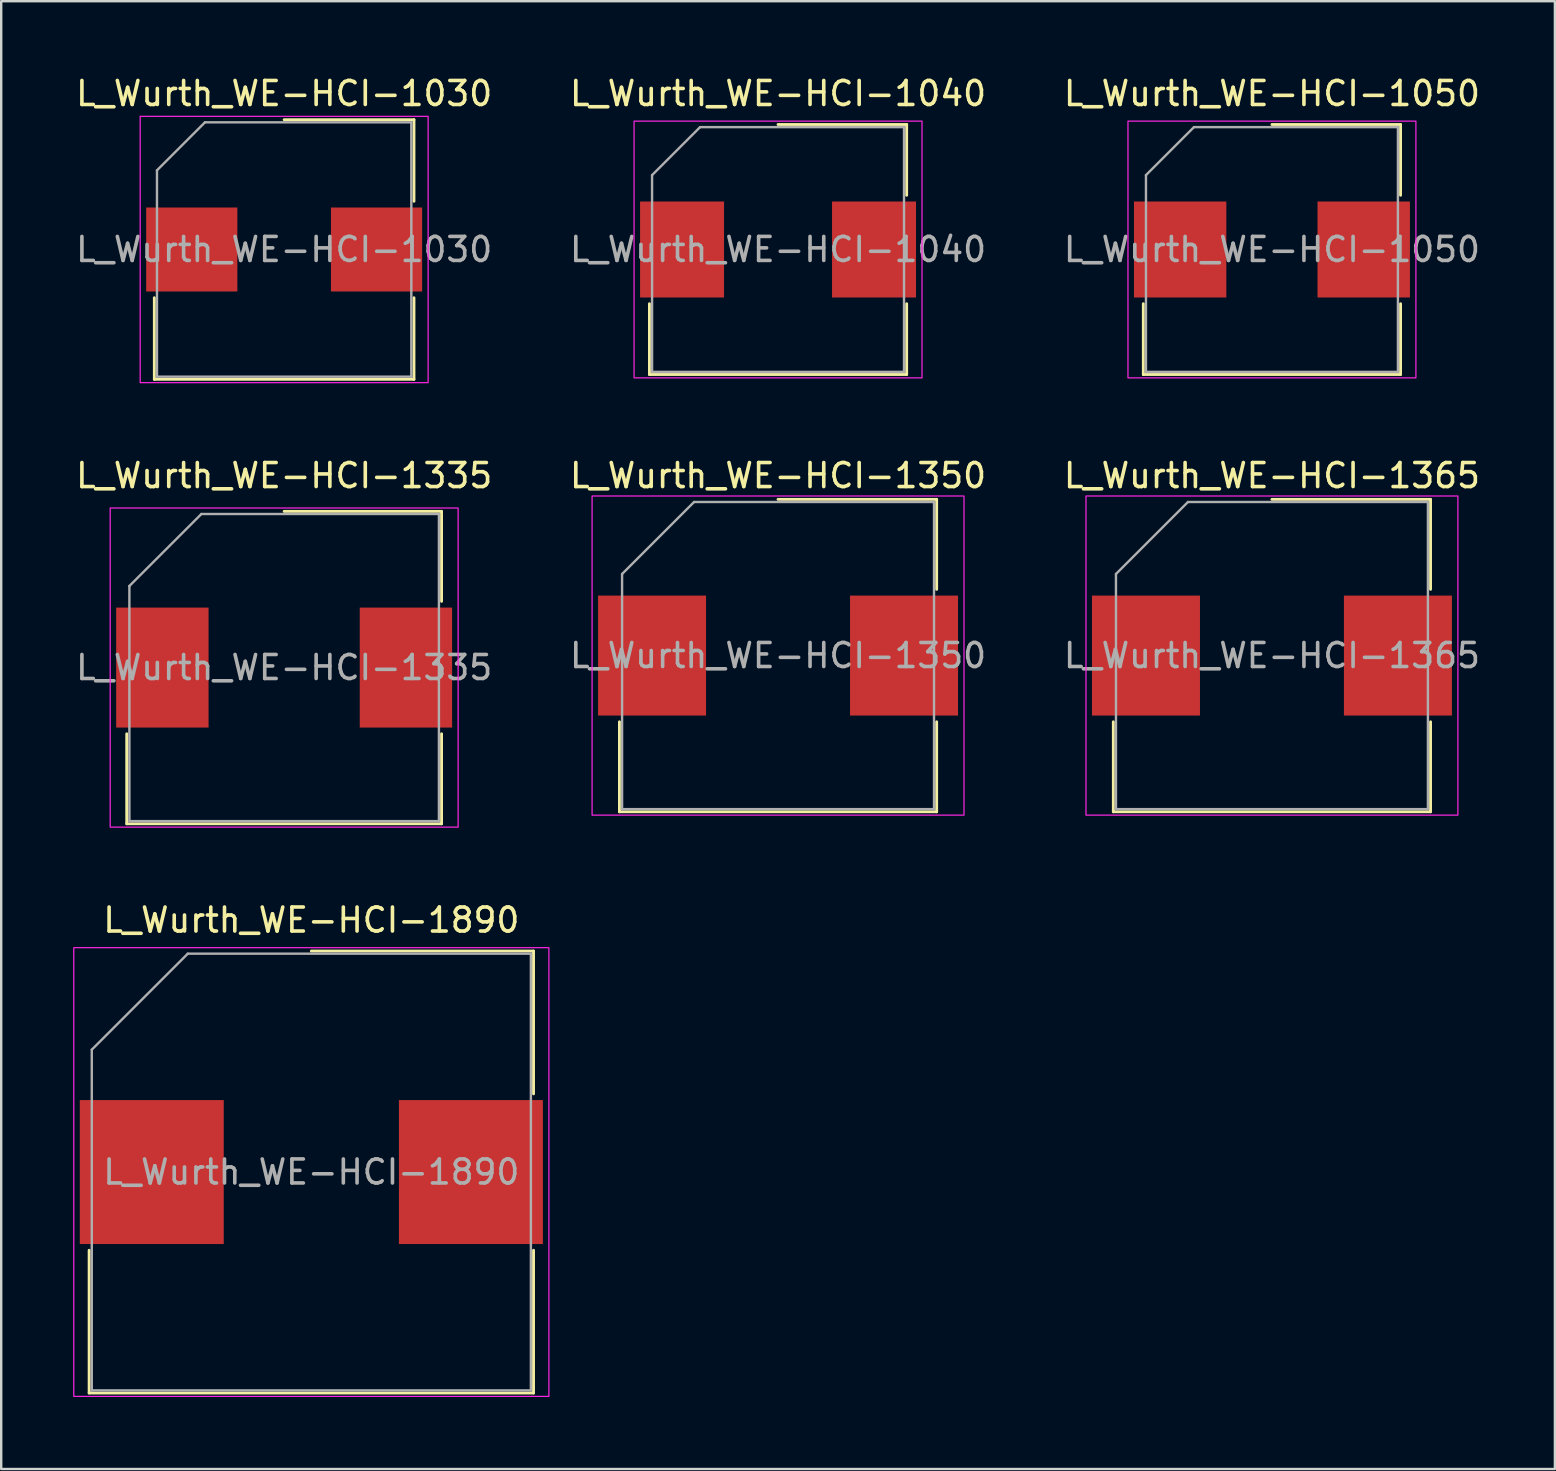
<source format=kicad_pcb>
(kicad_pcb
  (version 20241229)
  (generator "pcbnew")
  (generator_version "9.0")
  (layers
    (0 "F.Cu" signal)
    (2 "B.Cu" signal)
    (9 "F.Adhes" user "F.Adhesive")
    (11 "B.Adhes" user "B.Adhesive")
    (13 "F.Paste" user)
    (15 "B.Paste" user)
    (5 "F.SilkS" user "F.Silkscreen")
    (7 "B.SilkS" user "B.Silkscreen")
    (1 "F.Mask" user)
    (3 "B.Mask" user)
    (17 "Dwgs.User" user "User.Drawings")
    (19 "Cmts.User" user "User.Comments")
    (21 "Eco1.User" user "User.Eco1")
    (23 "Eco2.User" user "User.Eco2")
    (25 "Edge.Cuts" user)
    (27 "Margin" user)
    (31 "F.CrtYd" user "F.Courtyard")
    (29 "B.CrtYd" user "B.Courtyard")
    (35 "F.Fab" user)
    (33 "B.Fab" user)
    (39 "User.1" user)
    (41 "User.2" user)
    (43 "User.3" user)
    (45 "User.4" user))
  (footprint "L_Wurth_WE-HCI-1030"
    (layer "F.Cu")
    (at 8.792 7.348)
    (property "Reference" "L_Wurth_WE-HCI-1030" (at 0 -6.5 0) (unlocked yes) (layer "F.SilkS") (effects (font (size 1 1) (thickness 0.15))))
    (attr smd)
    (fp_line (start -5.41 2.01) (end -5.41 5.41) (stroke (width 0.12) (type solid)) (layer "F.SilkS"))
    (fp_line (start -5.41 5.41) (end 5.41 5.41) (stroke (width 0.12) (type solid)) (layer "F.SilkS"))
    (fp_line (start 0 -5.41) (end 5.41 -5.41) (stroke (width 0.12) (type solid)) (layer "F.SilkS"))
    (fp_line (start 5.41 -5.41) (end 5.41 -2.01) (stroke (width 0.12) (type solid)) (layer "F.SilkS"))
    (fp_line (start 5.41 5.41) (end 5.41 2.01) (stroke (width 0.12) (type solid)) (layer "F.SilkS"))
    (fp_rect (start -6 -5.55) (end 6 5.55) (stroke (width 0.05) (type solid)) (fill no) (layer "F.CrtYd"))
    (fp_line (start -5.3 -3.3) (end -5.3 5.3) (stroke (width 0.1) (type solid)) (layer "F.Fab"))
    (fp_line (start -5.3 5.3) (end 5.3 5.3) (stroke (width 0.1) (type solid)) (layer "F.Fab"))
    (fp_line (start -3.3 -5.3) (end -5.3 -3.3) (stroke (width 0.1) (type solid)) (layer "F.Fab"))
    (fp_line (start -3.3 -5.3) (end 5.3 -5.3) (stroke (width 0.1) (type solid)) (layer "F.Fab"))
    (fp_line (start 5.3 -5.3) (end 5.3 5.3) (stroke (width 0.1) (type solid)) (layer "F.Fab"))
    (fp_text user "${REFERENCE}" (at 0 0 0) (unlocked yes) (layer "F.Fab") (effects (font (size 1 1) (thickness 0.15))))
    (pad "1" smd rect (at -3.85 0) (size 3.8 3.5) (layers "F.Cu" "F.Mask" "F.Paste"))
    (pad "2" smd rect (at 3.85 0) (size 3.8 3.5) (layers "F.Cu" "F.Mask" "F.Paste")))
  (footprint "L_Wurth_WE-HCI-1890"
    (layer "F.Cu")
    (at 9.925 45.795)
    (property "Reference" "L_Wurth_WE-HCI-1890" (at 0 -10.5 0) (unlocked yes) (layer "F.SilkS") (effects (font (size 1 1) (thickness 0.15))))
    (attr smd)
    (fp_line (start -9.26 3.26) (end -9.26 9.21) (stroke (width 0.12) (type solid)) (layer "F.SilkS"))
    (fp_line (start 0 -9.21) (end 9.26 -9.21) (stroke (width 0.12) (type solid)) (layer "F.SilkS"))
    (fp_line (start 9.26 -9.21) (end 9.26 -3.26) (stroke (width 0.12) (type solid)) (layer "F.SilkS"))
    (fp_line (start 9.26 3.26) (end 9.26 9.21) (stroke (width 0.12) (type solid)) (layer "F.SilkS"))
    (fp_line (start 9.26 9.21) (end -9.26 9.21) (stroke (width 0.12) (type solid)) (layer "F.SilkS"))
    (fp_rect (start -9.9 -9.35) (end 9.9 9.35) (stroke (width 0.05) (type solid)) (fill no) (layer "F.CrtYd"))
    (fp_line (start -9.15 -5.1) (end -9.15 9.1) (stroke (width 0.1) (type solid)) (layer "F.Fab"))
    (fp_line (start -9.15 -5.1) (end -5.15 -9.1) (stroke (width 0.1) (type solid)) (layer "F.Fab"))
    (fp_line (start -9.15 9.1) (end 9.15 9.1) (stroke (width 0.1) (type solid)) (layer "F.Fab"))
    (fp_line (start -5.15 -9.1) (end 9.15 -9.1) (stroke (width 0.1) (type solid)) (layer "F.Fab"))
    (fp_line (start 9.15 -9.1) (end 9.15 9.1) (stroke (width 0.1) (type solid)) (layer "F.Fab"))
    (fp_text user "${REFERENCE}" (at 0 0 0) (unlocked yes) (layer "F.Fab") (effects (font (size 1 1) (thickness 0.15))))
    (pad "1" smd rect (at -6.65 0) (size 6 6) (layers "F.Cu" "F.Mask" "F.Paste"))
    (pad "2" smd rect (at 6.65 0) (size 6 6) (layers "F.Cu" "F.Mask" "F.Paste")))
  (footprint "L_Wurth_WE-HCI-1365"
    (layer "F.Cu")
    (at 49.958 24.271)
    (property "Reference" "L_Wurth_WE-HCI-1365" (at 0 -7.5 0) (unlocked yes) (layer "F.SilkS") (effects (font (size 1 1) (thickness 0.15))))
    (attr smd)
    (fp_line (start -6.61 6.51) (end -6.61 2.76) (stroke (width 0.12) (type solid)) (layer "F.SilkS"))
    (fp_line (start -6.61 6.51) (end 6.61 6.51) (stroke (width 0.12) (type solid)) (layer "F.SilkS"))
    (fp_line (start 0 -6.51) (end 6.61 -6.51) (stroke (width 0.12) (type solid)) (layer "F.SilkS"))
    (fp_line (start 6.61 -6.51) (end 6.61 -2.76) (stroke (width 0.12) (type solid)) (layer "F.SilkS"))
    (fp_line (start 6.61 2.76) (end 6.61 6.51) (stroke (width 0.12) (type solid)) (layer "F.SilkS"))
    (fp_rect (start -7.75 -6.65) (end 7.75 6.65) (stroke (width 0.05) (type solid)) (fill no) (layer "F.CrtYd"))
    (fp_line (start -6.5 -3.4) (end -6.5 6.4) (stroke (width 0.1) (type solid)) (layer "F.Fab"))
    (fp_line (start -6.5 6.4) (end 6.5 6.4) (stroke (width 0.1) (type solid)) (layer "F.Fab"))
    (fp_line (start -3.5 -6.4) (end -6.5 -3.4) (stroke (width 0.1) (type solid)) (layer "F.Fab"))
    (fp_line (start -3.5 -6.4) (end 6.5 -6.4) (stroke (width 0.1) (type solid)) (layer "F.Fab"))
    (fp_line (start 6.5 -6.4) (end 6.5 6.4) (stroke (width 0.1) (type solid)) (layer "F.Fab"))
    (fp_text user "${REFERENCE}" (at 0 0 0) (unlocked yes) (layer "F.Fab") (effects (font (size 1 1) (thickness 0.15))))
    (pad "1" smd rect (at -5.25 0) (size 4.5 5) (layers "F.Cu" "F.Mask" "F.Paste"))
    (pad "2" smd rect (at 5.25 0) (size 4.5 5) (layers "F.Cu" "F.Mask" "F.Paste")))
  (footprint "L_Wurth_WE-HCI-1350"
    (layer "F.Cu")
    (at 29.375 24.271)
    (property "Reference" "L_Wurth_WE-HCI-1350" (at 0 -7.5 0) (unlocked yes) (layer "F.SilkS") (effects (font (size 1 1) (thickness 0.15))))
    (attr smd)
    (fp_line (start -6.61 6.51) (end -6.61 2.76) (stroke (width 0.12) (type solid)) (layer "F.SilkS"))
    (fp_line (start -6.61 6.51) (end 6.61 6.51) (stroke (width 0.12) (type solid)) (layer "F.SilkS"))
    (fp_line (start 0 -6.51) (end 6.61 -6.51) (stroke (width 0.12) (type solid)) (layer "F.SilkS"))
    (fp_line (start 6.61 -6.51) (end 6.61 -2.76) (stroke (width 0.12) (type solid)) (layer "F.SilkS"))
    (fp_line (start 6.61 2.76) (end 6.61 6.51) (stroke (width 0.12) (type solid)) (layer "F.SilkS"))
    (fp_rect (start -7.75 -6.65) (end 7.75 6.65) (stroke (width 0.05) (type solid)) (fill no) (layer "F.CrtYd"))
    (fp_line (start -6.5 -3.4) (end -6.5 6.4) (stroke (width 0.1) (type solid)) (layer "F.Fab"))
    (fp_line (start -6.5 6.4) (end 6.5 6.4) (stroke (width 0.1) (type solid)) (layer "F.Fab"))
    (fp_line (start -3.5 -6.4) (end -6.5 -3.4) (stroke (width 0.1) (type solid)) (layer "F.Fab"))
    (fp_line (start -3.5 -6.4) (end 6.5 -6.4) (stroke (width 0.1) (type solid)) (layer "F.Fab"))
    (fp_line (start 6.5 -6.4) (end 6.5 6.4) (stroke (width 0.1) (type solid)) (layer "F.Fab"))
    (fp_text user "${REFERENCE}" (at 0 0 0) (unlocked yes) (layer "F.Fab") (effects (font (size 1 1) (thickness 0.15))))
    (pad "1" smd rect (at -5.25 0) (size 4.5 5) (layers "F.Cu" "F.Mask" "F.Paste"))
    (pad "2" smd rect (at 5.25 0) (size 4.5 5) (layers "F.Cu" "F.Mask" "F.Paste")))
  (footprint "L_Wurth_WE-HCI-1040"
    (layer "F.Cu")
    (at 29.375 7.348)
    (property "Reference" "L_Wurth_WE-HCI-1040" (at 0 -6.5 0) (unlocked yes) (layer "F.SilkS") (effects (font (size 1 1) (thickness 0.15))))
    (attr smd)
    (fp_line (start -5.36 5.21) (end -5.36 2.26) (stroke (width 0.12) (type solid)) (layer "F.SilkS"))
    (fp_line (start -5.36 5.21) (end 5.36 5.21) (stroke (width 0.12) (type solid)) (layer "F.SilkS"))
    (fp_line (start 0 -5.21) (end 5.36 -5.21) (stroke (width 0.12) (type solid)) (layer "F.SilkS"))
    (fp_line (start 5.36 -5.21) (end 5.36 -2.26) (stroke (width 0.12) (type solid)) (layer "F.SilkS"))
    (fp_line (start 5.36 2.26) (end 5.36 5.21) (stroke (width 0.12) (type solid)) (layer "F.SilkS"))
    (fp_rect (start -6 -5.35) (end 6 5.35) (stroke (width 0.05) (type solid)) (fill no) (layer "F.CrtYd"))
    (fp_line (start -5.25 -3.1) (end -5.25 5.1) (stroke (width 0.1) (type solid)) (layer "F.Fab"))
    (fp_line (start -5.25 5.1) (end 5.25 5.1) (stroke (width 0.1) (type solid)) (layer "F.Fab"))
    (fp_line (start -3.25 -5.1) (end -5.25 -3.1) (stroke (width 0.1) (type solid)) (layer "F.Fab"))
    (fp_line (start -3.25 -5.1) (end 5.25 -5.1) (stroke (width 0.1) (type solid)) (layer "F.Fab"))
    (fp_line (start 5.25 -5.1) (end 5.25 5.1) (stroke (width 0.1) (type solid)) (layer "F.Fab"))
    (fp_text user "${REFERENCE}" (at 0 0 0) (unlocked yes) (layer "F.Fab") (effects (font (size 1 1) (thickness 0.15))))
    (pad "1" smd rect (at -4 0) (size 3.5 4) (layers "F.Cu" "F.Mask" "F.Paste"))
    (pad "2" smd rect (at 4 0) (size 3.5 4) (layers "F.Cu" "F.Mask" "F.Paste")))
  (footprint "L_Wurth_WE-HCI-1050"
    (layer "F.Cu")
    (at 49.958 7.348)
    (property "Reference" "L_Wurth_WE-HCI-1050" (at 0 -6.5 0) (unlocked yes) (layer "F.SilkS") (effects (font (size 1 1) (thickness 0.15))))
    (attr smd)
    (fp_line (start -5.36 5.21) (end -5.36 2.26) (stroke (width 0.12) (type solid)) (layer "F.SilkS"))
    (fp_line (start -5.36 5.21) (end 5.36 5.21) (stroke (width 0.12) (type solid)) (layer "F.SilkS"))
    (fp_line (start 0 -5.21) (end 5.36 -5.21) (stroke (width 0.12) (type solid)) (layer "F.SilkS"))
    (fp_line (start 5.36 -5.21) (end 5.36 -2.26) (stroke (width 0.12) (type solid)) (layer "F.SilkS"))
    (fp_line (start 5.36 2.26) (end 5.36 5.21) (stroke (width 0.12) (type solid)) (layer "F.SilkS"))
    (fp_rect (start -6 -5.35) (end 6 5.35) (stroke (width 0.05) (type solid)) (fill no) (layer "F.CrtYd"))
    (fp_line (start -5.25 -3.1) (end -5.25 5.1) (stroke (width 0.1) (type solid)) (layer "F.Fab"))
    (fp_line (start -5.25 5.1) (end 5.25 5.1) (stroke (width 0.1) (type solid)) (layer "F.Fab"))
    (fp_line (start -3.25 -5.1) (end -5.25 -3.1) (stroke (width 0.1) (type solid)) (layer "F.Fab"))
    (fp_line (start -3.25 -5.1) (end 5.25 -5.1) (stroke (width 0.1) (type solid)) (layer "F.Fab"))
    (fp_line (start 5.25 -5.1) (end 5.25 5.1) (stroke (width 0.1) (type solid)) (layer "F.Fab"))
    (fp_text user "${REFERENCE}" (at 0 0 0) (unlocked yes) (layer "F.Fab") (effects (font (size 1 1) (thickness 0.15))))
    (pad "1" smd rect (at -3.825 0) (size 3.85 4) (layers "F.Cu" "F.Mask" "F.Paste"))
    (pad "2" smd rect (at 3.825 0) (size 3.85 4) (layers "F.Cu" "F.Mask" "F.Paste")))
  (footprint "L_Wurth_WE-HCI-1335"
    (layer "F.Cu")
    (at 8.792 24.771)
    (property "Reference" "L_Wurth_WE-HCI-1335" (at 0 -8 0) (unlocked yes) (layer "F.SilkS") (effects (font (size 1 1) (thickness 0.15))))
    (attr smd)
    (fp_line (start -6.56 6.51) (end -6.56 2.76) (stroke (width 0.12) (type solid)) (layer "F.SilkS"))
    (fp_line (start -6.56 6.51) (end 6.56 6.51) (stroke (width 0.12) (type solid)) (layer "F.SilkS"))
    (fp_line (start 0 -6.51) (end 6.56 -6.51) (stroke (width 0.12) (type solid)) (layer "F.SilkS"))
    (fp_line (start 6.56 -6.51) (end 6.56 -2.76) (stroke (width 0.12) (type solid)) (layer "F.SilkS"))
    (fp_line (start 6.56 2.76) (end 6.56 6.51) (stroke (width 0.12) (type solid)) (layer "F.SilkS"))
    (fp_rect (start -7.25 -6.65) (end 7.25 6.65) (stroke (width 0.05) (type solid)) (fill no) (layer "F.CrtYd"))
    (fp_line (start -6.45 -3.4) (end -6.45 6.4) (stroke (width 0.1) (type solid)) (layer "F.Fab"))
    (fp_line (start -6.45 6.4) (end 6.45 6.4) (stroke (width 0.1) (type solid)) (layer "F.Fab"))
    (fp_line (start -3.45 -6.4) (end -6.45 -3.4) (stroke (width 0.1) (type solid)) (layer "F.Fab"))
    (fp_line (start -3.45 -6.4) (end 6.45 -6.4) (stroke (width 0.1) (type solid)) (layer "F.Fab"))
    (fp_line (start 6.45 -6.4) (end 6.45 6.4) (stroke (width 0.1) (type solid)) (layer "F.Fab"))
    (fp_text user "${REFERENCE}" (at 0 0 0) (unlocked yes) (layer "F.Fab") (effects (font (size 1 1) (thickness 0.15))))
    (pad "1" smd rect (at -5.075 0) (size 3.85 5) (layers "F.Cu" "F.Mask" "F.Paste"))
    (pad "2" smd rect (at 5.075 0) (size 3.85 5) (layers "F.Cu" "F.Mask" "F.Paste")))
  (gr_rect
    (start -3 -3)
    (end 61.75 58.17)
    (stroke (width 0.1) (type default))
    (fill no)
    (layer "Edge.Cuts")))
</source>
